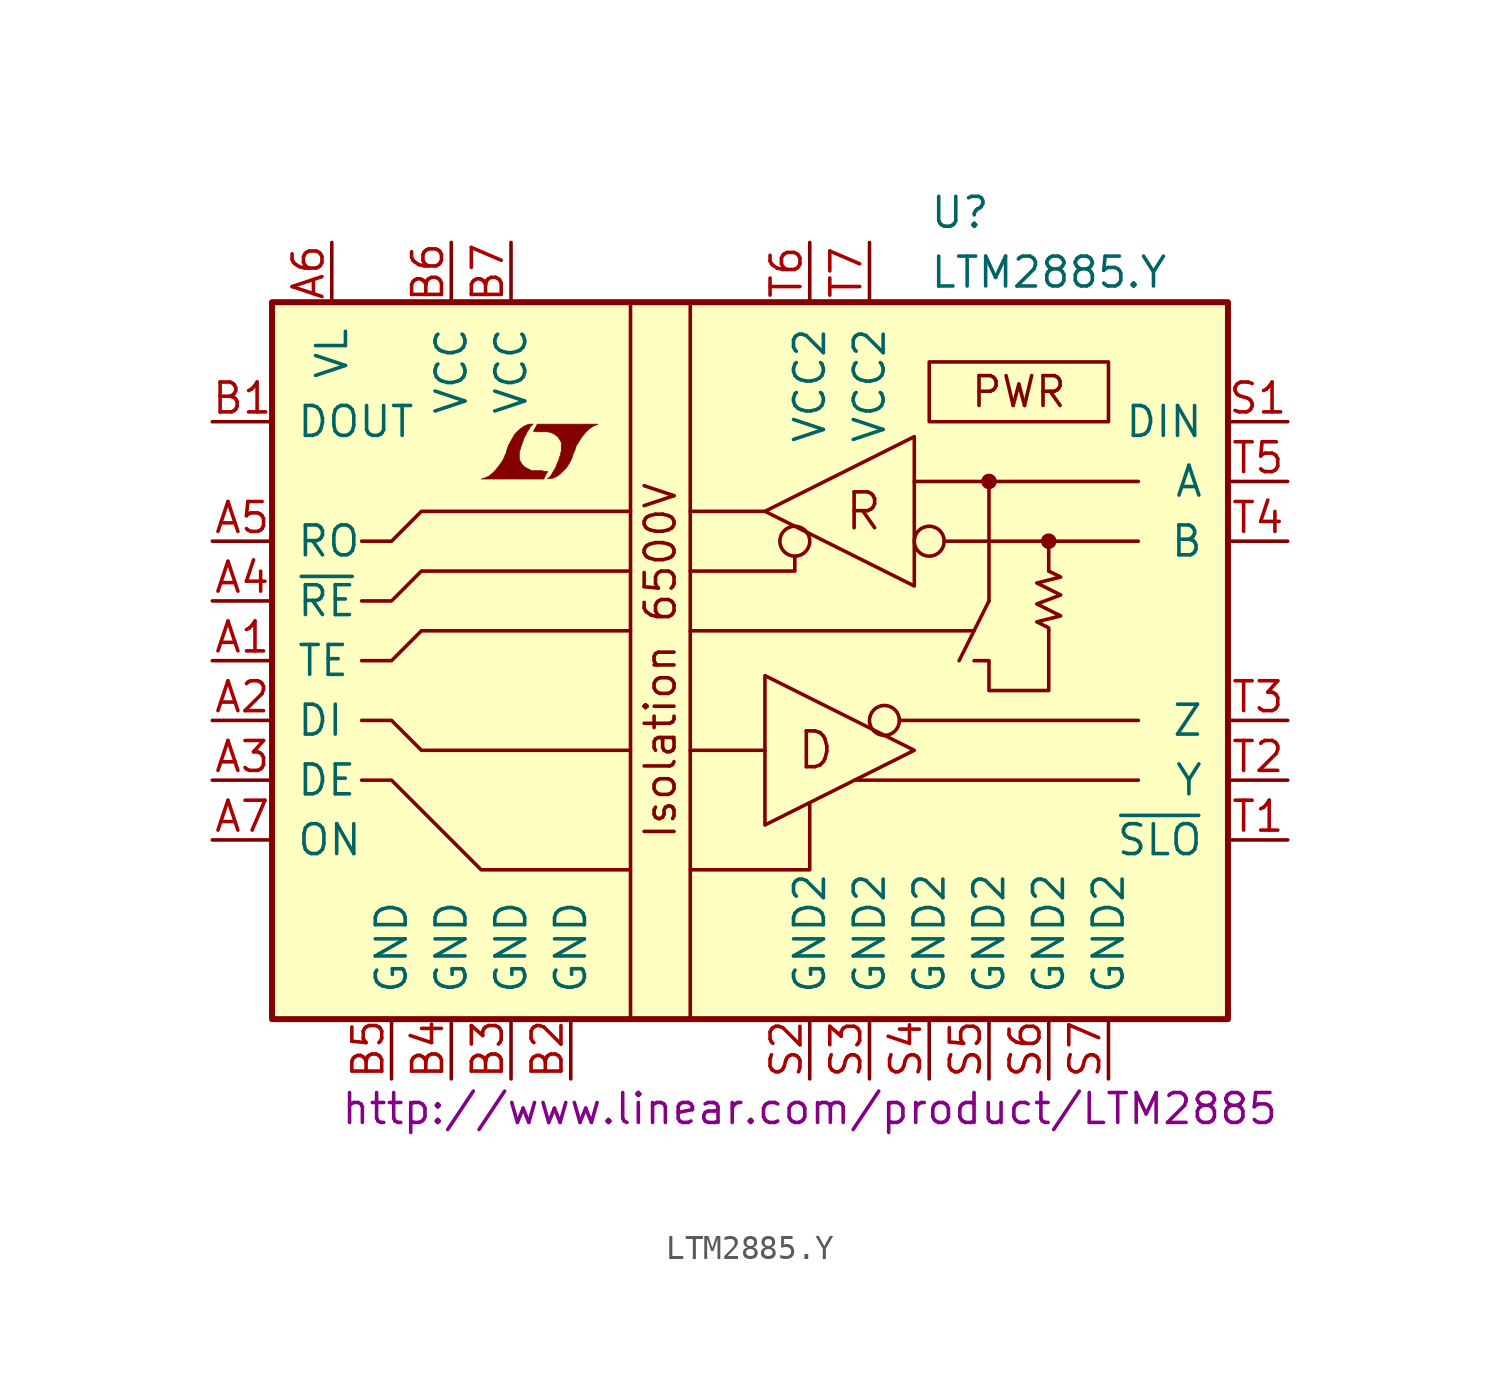
<source format=kicad_sym>
(kicad_symbol_lib
  (version 20201005)
  (generator kicad_symbol_editor)
  (symbol "LTM2885.Y"
    (pin_names
      (offset 1.016))
    (property "Reference" "U"
      (at 7.62 19.05 0)
      (effects (font (size 1.27 1.27)) (justify left)))
    (property "Value" "LTM2885.Y"
      (at 7.62 16.51 0)
      (effects (font (size 1.27 1.27)) (justify left)))
    (property "Datasheet" "http://www.linear.com/product/LTM2885"
      (at 2.54 -19.05 0)
      (effects (font (size 1.27 1.27))))
    (symbol "LTM2885.Y_0_0"
      (text "D" (at 2.794 -3.81 0) (effects (font (size 1.524 1.524))))
      (text "Isolation 6500V" (at -3.81 0 900) (effects (font (size 1.27 1.27))))
      (text "PWR" (at 11.43 11.43 0) (effects (font (size 1.27 1.27))))
      (text "R" (at 4.826 6.35 0) (effects (font (size 1.524 1.524))))
      (rectangle (start 7.62 12.7) (end 15.24 10.16) (stroke (width 0)) (fill (type none)))
      (polyline (pts (xy -8.687 7.899) (xy -8.661 7.925) (xy -8.611 8.026) (xy -8.611 8.052) (xy -8.738 8.052) (xy -8.839 8.077) (xy -9.296 8.077) (xy -9.322 8.103) (xy -9.576 8.23) (xy -9.677 8.331) (xy -9.754 8.458) (xy -9.804 8.56) (xy -9.804 8.865) (xy -9.754 9.017) (xy -9.728 9.119) (xy -9.703 9.195) (xy -9.652 9.322) (xy -9.601 9.474) (xy -9.525 9.601) (xy -9.474 9.728) (xy -9.398 9.83) (xy -9.347 9.931) (xy -9.22 10.058) (xy -9.398 10.058) (xy -9.525 10.008) (xy -9.627 9.957) (xy -9.703 9.906) (xy -9.83 9.804) (xy -10.008 9.627) (xy -10.262 9.169) (xy -10.363 8.89) (xy -10.363 8.839) (xy -10.414 8.738) (xy -10.465 8.611) (xy -10.516 8.509) (xy -10.643 8.331) (xy -10.795 8.128) (xy -10.947 7.976) (xy -11.1 7.849) (xy -11.278 7.772) (xy -11.43 7.722) (xy -8.763 7.722) (xy -8.687 7.899)) (stroke (width 0.025)) (fill (type outline)))
      (polyline (pts (xy -8.484 7.747) (xy -8.407 7.747) (xy -8.23 7.823) (xy -8.077 7.925) (xy -7.798 8.204) (xy -7.671 8.407) (xy -7.569 8.611) (xy -7.493 8.865) (xy -7.468 8.865) (xy -7.391 9.119) (xy -7.137 9.525) (xy -6.985 9.703) (xy -6.833 9.855) (xy -6.68 9.957) (xy -6.502 10.033) (xy -6.477 10.033) (xy -6.477 10.058) (xy -9.042 10.058) (xy -9.119 9.906) (xy -9.144 9.881) (xy -9.195 9.779) (xy -9.22 9.754) (xy -9.169 9.754) (xy -9.119 9.728) (xy -8.585 9.728) (xy -8.534 9.703) (xy -8.484 9.703) (xy -8.407 9.677) (xy -8.28 9.601) (xy -8.153 9.5) (xy -8.077 9.373) (xy -8.052 9.322) (xy -8.026 9.296) (xy -8.026 8.89) (xy -8.052 8.839) (xy -8.052 8.763) (xy -8.103 8.661) (xy -8.128 8.534) (xy -8.204 8.382) (xy -8.255 8.23) (xy -8.407 7.976) (xy -8.458 7.874) (xy -8.611 7.722) (xy -8.484 7.747)) (stroke (width 0.025)) (fill (type outline))))
    (symbol "LTM2885.Y_0_1"
      (circle (center 1.905 5.08) (radius 0.635) (stroke (width 0)) (fill (type none)))
      (circle (center 5.715 -2.54) (radius 0.635) (stroke (width 0)) (fill (type none)))
      (circle (center 7.62 5.08) (radius 0.635) (stroke (width 0)) (fill (type none)))
      (circle (center 10.16 7.62) (radius 0.254) (stroke (width 0)) (fill (type outline)))
      (circle (center 12.7 5.08) (radius 0.254) (stroke (width 0)) (fill (type outline)))
      (rectangle (start -20.32 15.24) (end 20.32 -15.24) (stroke (width 0.254)) (fill (type background)))
      (rectangle (start -5.08 15.24) (end -2.54 -15.24) (stroke (width 0)) (fill (type none)))
      (polyline (pts (xy -2.54 1.27) (xy 9.525 1.27)) (stroke (width 0)) (fill (type none)))
      (polyline (pts (xy 0.635 -3.81) (xy -2.54 -3.81)) (stroke (width 0)) (fill (type none)))
      (polyline (pts (xy 0.635 6.35) (xy -2.54 6.35)) (stroke (width 0)) (fill (type none)))
      (polyline (pts (xy 6.35 -2.54) (xy 16.51 -2.54)) (stroke (width 0)) (fill (type none)))
      (polyline (pts (xy 8.255 5.08) (xy 16.51 5.08)) (stroke (width 0)) (fill (type none)))
      (polyline (pts (xy 10.16 2.54) (xy 8.89 0)) (stroke (width 0)) (fill (type none)))
      (polyline (pts (xy 10.16 7.62) (xy 10.16 2.54)) (stroke (width 0)) (fill (type none)))
      (polyline (pts (xy 12.7 3.81) (xy 12.7 5.08)) (stroke (width 0)) (fill (type none)))
      (polyline (pts (xy 16.51 -5.08) (xy 4.445 -5.08)) (stroke (width 0)) (fill (type none)))
      (polyline (pts (xy 16.51 7.62) (xy 6.985 7.62)) (stroke (width 0)) (fill (type none)))
      (polyline (pts (xy -2.54 -8.89) (xy 2.54 -8.89) (xy 2.54 -6.096)) (stroke (width 0)) (fill (type none)))
      (polyline (pts (xy 1.905 4.445) (xy 1.905 3.81) (xy -2.54 3.81)) (stroke (width 0)) (fill (type none)))
      (polyline (pts (xy -16.51 -5.08) (xy -15.24 -5.08) (xy -11.43 -8.89) (xy -5.08 -8.89)) (stroke (width 0)) (fill (type none)))
      (polyline (pts (xy -16.51 0) (xy -15.24 0) (xy -13.97 1.27) (xy -5.08 1.27)) (stroke (width 0)) (fill (type none)))
      (polyline (pts (xy -16.51 2.54) (xy -15.24 2.54) (xy -13.97 3.81) (xy -5.08 3.81)) (stroke (width 0)) (fill (type none)))
      (polyline (pts (xy -16.51 5.08) (xy -15.24 5.08) (xy -13.97 6.35) (xy -5.08 6.35)) (stroke (width 0)) (fill (type none)))
      (polyline (pts (xy -5.08 -3.81) (xy -13.97 -3.81) (xy -15.24 -2.54) (xy -16.51 -2.54)) (stroke (width 0)) (fill (type none)))
      (polyline (pts (xy 0.635 -0.635) (xy 0.635 -6.985) (xy 6.985 -3.81) (xy 0.635 -0.635)) (stroke (width 0)) (fill (type none)))
      (polyline (pts (xy 0.635 6.35) (xy 6.985 3.175) (xy 6.985 9.525) (xy 0.635 6.35)) (stroke (width 0)) (fill (type none)))
      (polyline (pts (xy 9.525 0) (xy 10.16 0) (xy 10.16 -1.27) (xy 12.7 -1.27) (xy 12.7 1.27)) (stroke (width 0)) (fill (type none)))
      (polyline (pts (xy 12.7 3.81) (xy 13.208 3.556) (xy 12.192 3.302) (xy 13.208 2.794) (xy 12.192 2.413) (xy 13.208 1.905) (xy 12.192 1.651) (xy 12.7 1.397) (xy 12.7 1.27)) (stroke (width 0)) (fill (type none))))
    (symbol "LTM2885.Y_1_1"
      (pin input line (at -22.86 0 0) (length 2.54) (name "TE" (effects (font (size 1.27 1.27)))) (number "A1" (effects (font (size 1.27 1.27)))))
      (pin input line (at -22.86 -2.54 0) (length 2.54) (name "DI" (effects (font (size 1.27 1.27)))) (number "A2" (effects (font (size 1.27 1.27)))))
      (pin input line (at -22.86 -5.08 0) (length 2.54) (name "DE" (effects (font (size 1.27 1.27)))) (number "A3" (effects (font (size 1.27 1.27)))))
      (pin input line (at -22.86 2.54 0) (length 2.54) (name "~RE~" (effects (font (size 1.27 1.27)))) (number "A4" (effects (font (size 1.27 1.27)))))
      (pin tri_state line (at -22.86 5.08 0) (length 2.54) (name "RO" (effects (font (size 1.27 1.27)))) (number "A5" (effects (font (size 1.27 1.27)))))
      (pin power_in line (at -17.78 17.78 270) (length 2.54) (name "VL" (effects (font (size 1.27 1.27)))) (number "A6" (effects (font (size 1.27 1.27)))))
      (pin input line (at -22.86 -7.62 0) (length 2.54) (name "ON" (effects (font (size 1.27 1.27)))) (number "A7" (effects (font (size 1.27 1.27)))))
      (pin output line (at -22.86 10.16 0) (length 2.54) (name "DOUT" (effects (font (size 1.27 1.27)))) (number "B1" (effects (font (size 1.27 1.27)))))
      (pin power_in line (at -7.62 -17.78 90) (length 2.54) (name "GND" (effects (font (size 1.27 1.27)))) (number "B2" (effects (font (size 1.27 1.27)))))
      (pin power_in line (at -10.16 -17.78 90) (length 2.54) (name "GND" (effects (font (size 1.27 1.27)))) (number "B3" (effects (font (size 1.27 1.27)))))
      (pin power_in line (at -12.7 -17.78 90) (length 2.54) (name "GND" (effects (font (size 1.27 1.27)))) (number "B4" (effects (font (size 1.27 1.27)))))
      (pin power_in line (at -15.24 -17.78 90) (length 2.54) (name "GND" (effects (font (size 1.27 1.27)))) (number "B5" (effects (font (size 1.27 1.27)))))
      (pin power_in line (at -12.7 17.78 270) (length 2.54) (name "VCC" (effects (font (size 1.27 1.27)))) (number "B6" (effects (font (size 1.27 1.27)))))
      (pin power_in line (at -10.16 17.78 270) (length 2.54) (name "VCC" (effects (font (size 1.27 1.27)))) (number "B7" (effects (font (size 1.27 1.27)))))
      (pin unconnected line (at -22.86 -10.16 0) (length 2.54) hide (name "NC" (effects (font (size 1.27 1.27)))) (number "C1" (effects (font (size 1.27 1.27)))))
      (pin unconnected line (at -22.86 -10.16 0) (length 2.54) hide (name "NC" (effects (font (size 1.27 1.27)))) (number "C2" (effects (font (size 1.27 1.27)))))
      (pin unconnected line (at -22.86 -10.16 0) (length 2.54) hide (name "NC" (effects (font (size 1.27 1.27)))) (number "C3" (effects (font (size 1.27 1.27)))))
      (pin unconnected line (at -22.86 -10.16 0) (length 2.54) hide (name "NC" (effects (font (size 1.27 1.27)))) (number "C4" (effects (font (size 1.27 1.27)))))
      (pin unconnected line (at -22.86 -10.16 0) (length 2.54) hide (name "NC" (effects (font (size 1.27 1.27)))) (number "C5" (effects (font (size 1.27 1.27)))))
      (pin unconnected line (at -22.86 -10.16 0) (length 2.54) hide (name "NC" (effects (font (size 1.27 1.27)))) (number "C6" (effects (font (size 1.27 1.27)))))
      (pin unconnected line (at -22.86 -10.16 0) (length 2.54) hide (name "NC" (effects (font (size 1.27 1.27)))) (number "C7" (effects (font (size 1.27 1.27)))))
      (pin unconnected line (at 22.86 -10.16 180) (length 2.54) hide (name "NC" (effects (font (size 1.27 1.27)))) (number "R1" (effects (font (size 1.27 1.27)))))
      (pin unconnected line (at 22.86 -10.16 180) (length 2.54) hide (name "NC" (effects (font (size 1.27 1.27)))) (number "R2" (effects (font (size 1.27 1.27)))))
      (pin unconnected line (at 22.86 -10.16 180) (length 2.54) hide (name "NC" (effects (font (size 1.27 1.27)))) (number "R3" (effects (font (size 1.27 1.27)))))
      (pin unconnected line (at 22.86 -10.16 180) (length 2.54) hide (name "NC" (effects (font (size 1.27 1.27)))) (number "R4" (effects (font (size 1.27 1.27)))))
      (pin unconnected line (at 22.86 -10.16 180) (length 2.54) hide (name "NC" (effects (font (size 1.27 1.27)))) (number "R5" (effects (font (size 1.27 1.27)))))
      (pin unconnected line (at 22.86 -10.16 180) (length 2.54) hide (name "NC" (effects (font (size 1.27 1.27)))) (number "R6" (effects (font (size 1.27 1.27)))))
      (pin unconnected line (at 22.86 -10.16 180) (length 2.54) hide (name "NC" (effects (font (size 1.27 1.27)))) (number "R7" (effects (font (size 1.27 1.27)))))
      (pin input line (at 22.86 10.16 180) (length 2.54) (name "DIN" (effects (font (size 1.27 1.27)))) (number "S1" (effects (font (size 1.27 1.27)))))
      (pin power_out line (at 2.54 -17.78 90) (length 2.54) (name "GND2" (effects (font (size 1.27 1.27)))) (number "S2" (effects (font (size 1.27 1.27)))))
      (pin power_in line (at 5.08 -17.78 90) (length 2.54) (name "GND2" (effects (font (size 1.27 1.27)))) (number "S3" (effects (font (size 1.27 1.27)))))
      (pin power_in line (at 7.62 -17.78 90) (length 2.54) (name "GND2" (effects (font (size 1.27 1.27)))) (number "S4" (effects (font (size 1.27 1.27)))))
      (pin power_in line (at 10.16 -17.78 90) (length 2.54) (name "GND2" (effects (font (size 1.27 1.27)))) (number "S5" (effects (font (size 1.27 1.27)))))
      (pin power_in line (at 12.7 -17.78 90) (length 2.54) (name "GND2" (effects (font (size 1.27 1.27)))) (number "S6" (effects (font (size 1.27 1.27)))))
      (pin power_in line (at 15.24 -17.78 90) (length 2.54) (name "GND2" (effects (font (size 1.27 1.27)))) (number "S7" (effects (font (size 1.27 1.27)))))
      (pin input line (at 22.86 -7.62 180) (length 2.54) (name "~SLO~" (effects (font (size 1.27 1.27)))) (number "T1" (effects (font (size 1.27 1.27)))))
      (pin passive line (at 22.86 -5.08 180) (length 2.54) (name "Y" (effects (font (size 1.27 1.27)))) (number "T2" (effects (font (size 1.27 1.27)))))
      (pin passive line (at 22.86 -2.54 180) (length 2.54) (name "Z" (effects (font (size 1.27 1.27)))) (number "T3" (effects (font (size 1.27 1.27)))))
      (pin passive line (at 22.86 5.08 180) (length 2.54) (name "B" (effects (font (size 1.27 1.27)))) (number "T4" (effects (font (size 1.27 1.27)))))
      (pin passive line (at 22.86 7.62 180) (length 2.54) (name "A" (effects (font (size 1.27 1.27)))) (number "T5" (effects (font (size 1.27 1.27)))))
      (pin power_out line (at 2.54 17.78 270) (length 2.54) (name "VCC2" (effects (font (size 1.27 1.27)))) (number "T6" (effects (font (size 1.27 1.27)))))
      (pin power_in line (at 5.08 17.78 270) (length 2.54) (name "VCC2" (effects (font (size 1.27 1.27)))) (number "T7" (effects (font (size 1.27 1.27))))))))
</source>
